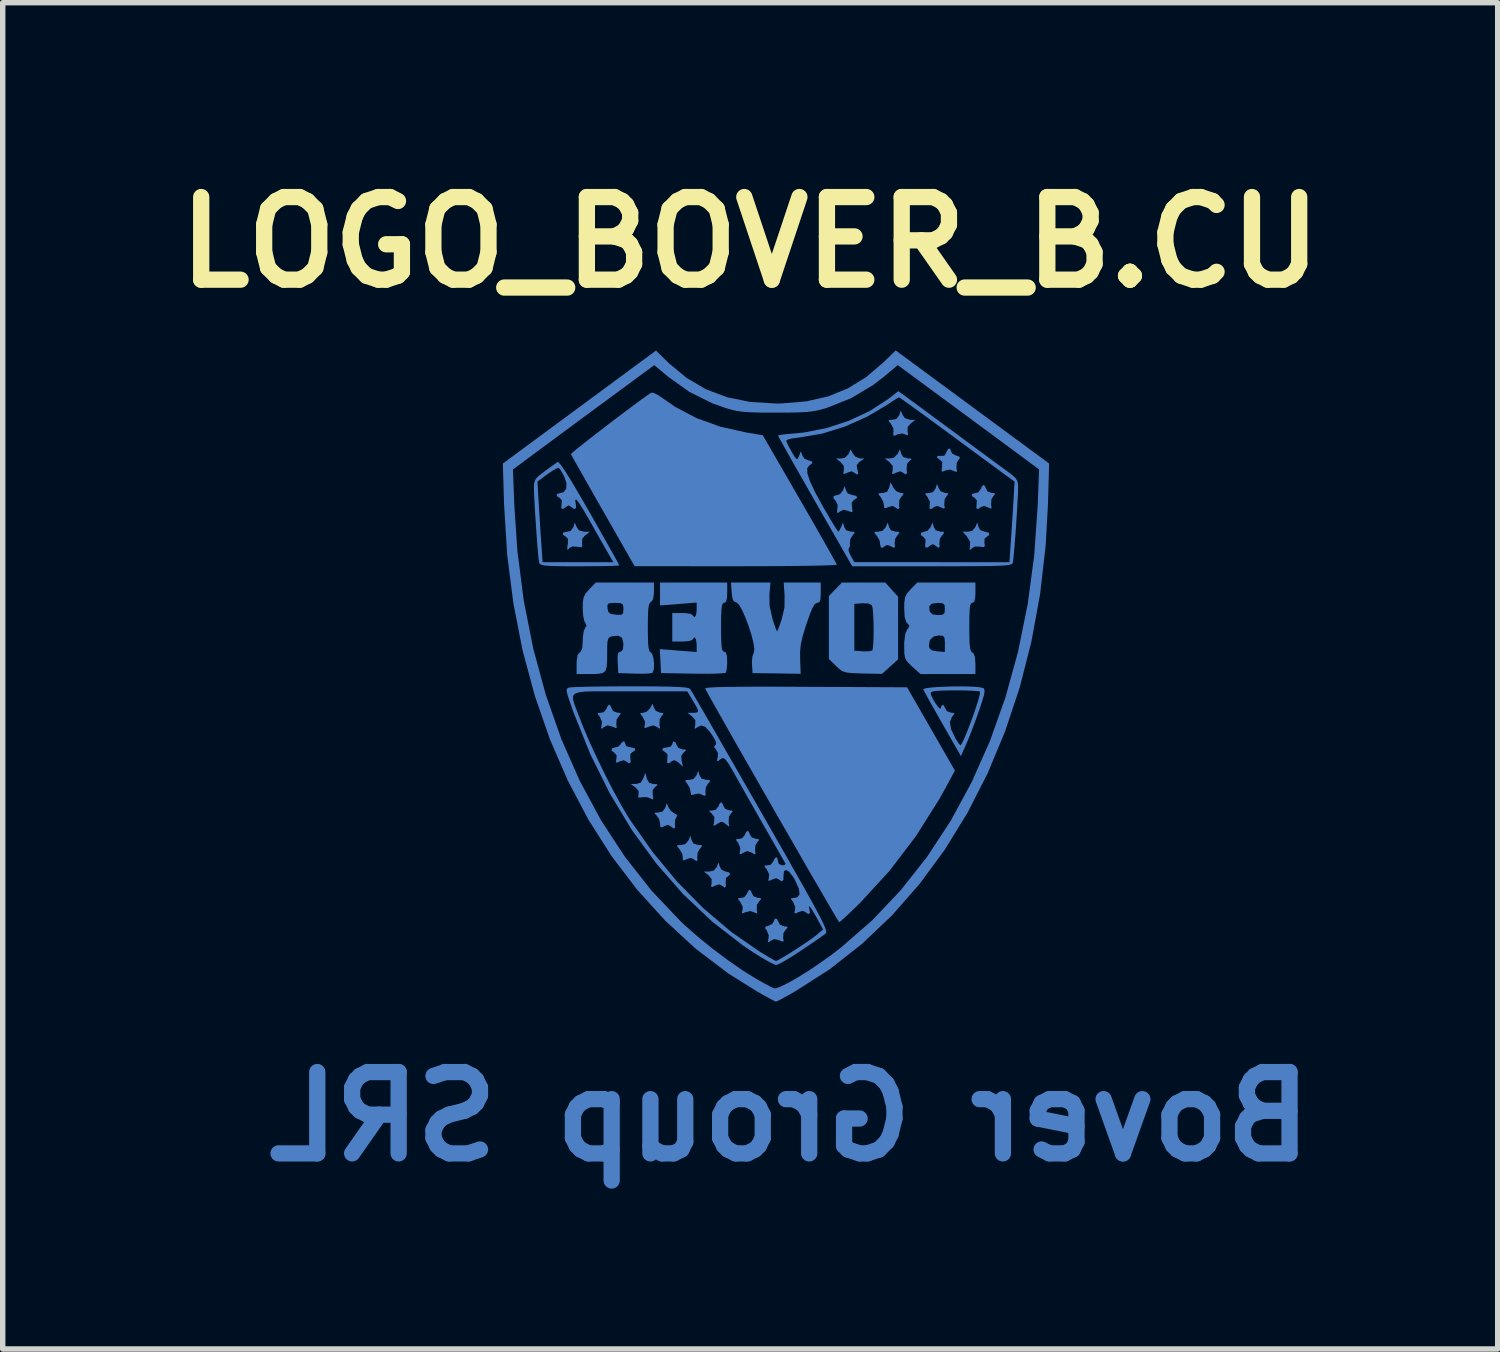
<source format=kicad_pcb>
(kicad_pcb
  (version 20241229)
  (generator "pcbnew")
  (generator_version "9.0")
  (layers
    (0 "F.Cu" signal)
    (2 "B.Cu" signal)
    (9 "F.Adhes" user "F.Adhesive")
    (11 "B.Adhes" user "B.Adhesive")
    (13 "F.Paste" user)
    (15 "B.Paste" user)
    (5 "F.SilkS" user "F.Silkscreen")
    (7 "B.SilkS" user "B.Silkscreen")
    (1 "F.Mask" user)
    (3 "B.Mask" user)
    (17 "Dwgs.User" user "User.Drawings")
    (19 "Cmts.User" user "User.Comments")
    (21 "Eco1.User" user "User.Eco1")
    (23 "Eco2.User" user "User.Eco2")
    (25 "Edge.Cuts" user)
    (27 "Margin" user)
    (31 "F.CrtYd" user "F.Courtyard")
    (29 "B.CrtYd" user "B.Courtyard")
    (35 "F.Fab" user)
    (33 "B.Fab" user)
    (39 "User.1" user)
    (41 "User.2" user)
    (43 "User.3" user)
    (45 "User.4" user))
  (footprint "LOGO_BOVER_B.CU"
    (layer "F.Cu")
    (at 11.284 9.418)
    (property "Reference" "LOGO_BOVER_B.CU" (at -0.5 -8 0) (layer "F.SilkS") (effects (font (size 1.524 1.524) (thickness 0.3))))
    (attr board_only exclude_from_pos_files exclude_from_bom)
    (fp_poly (pts (xy 1.315 -4.098) (xy 1.247 -4.027) (xy 1.18 -4.014) (xy 1.083 -4.013) (xy 1.166 -3.948) (xy 1.227 -3.875) (xy 1.227 -3.794) (xy 1.216 -3.733) (xy 1.243 -3.729) (xy 1.288 -3.751) (xy 1.368 -3.777) (xy 1.413 -3.755) (xy 1.471 -3.716) (xy 1.493 -3.74) (xy 1.477 -3.807) (xy 1.463 -3.886) (xy 1.505 -3.943) (xy 1.524 -3.957) (xy 1.606 -4.014) (xy 1.524 -4.014) (xy 1.442 -4.046) (xy 1.397 -4.098) (xy 1.352 -4.182)) (stroke (width 0) (type solid)) (fill yes) (layer "B.Cu"))
    (fp_poly (pts (xy 2.219 -4.099) (xy 2.147 -4.027) (xy 2.081 -4.014) (xy 1.983 -4.013) (xy 2.067 -3.948) (xy 2.128 -3.875) (xy 2.127 -3.794) (xy 2.116 -3.733) (xy 2.144 -3.729) (xy 2.188 -3.751) (xy 2.269 -3.777) (xy 2.314 -3.755) (xy 2.369 -3.717) (xy 2.392 -3.745) (xy 2.385 -3.814) (xy 2.392 -3.914) (xy 2.435 -3.964) (xy 2.478 -4.001) (xy 2.458 -4.013) (xy 2.407 -4.014) (xy 2.321 -4.04) (xy 2.286 -4.099) (xy 2.26 -4.183)) (stroke (width 0) (type solid)) (fill yes) (layer "B.Cu"))
    (fp_poly (pts (xy 2.249 -4.812) (xy 2.197 -4.743) (xy 2.125 -4.727) (xy 2.058 -4.723) (xy 2.057 -4.698) (xy 2.095 -4.654) (xy 2.141 -4.565) (xy 2.141 -4.503) (xy 2.136 -4.44) (xy 2.174 -4.435) (xy 2.225 -4.463) (xy 2.308 -4.474) (xy 2.352 -4.458) (xy 2.404 -4.438) (xy 2.411 -4.469) (xy 2.402 -4.507) (xy 2.404 -4.594) (xy 2.462 -4.661) (xy 2.546 -4.726) (xy 2.449 -4.726) (xy 2.352 -4.758) (xy 2.313 -4.812) (xy 2.276 -4.896)) (stroke (width 0) (type solid)) (fill yes) (layer "B.Cu"))
    (fp_poly (pts (xy -3.76 -2.748) (xy -3.811 -2.678) (xy -3.874 -2.664) (xy -3.947 -2.648) (xy -3.958 -2.612) (xy -3.903 -2.573) (xy -3.861 -2.533) (xy -3.862 -2.449) (xy -3.864 -2.438) (xy -3.875 -2.35) (xy -3.862 -2.329) (xy -3.83 -2.367) (xy -3.776 -2.391) (xy -3.692 -2.386) (xy -3.615 -2.376) (xy -3.593 -2.399) (xy -3.602 -2.448) (xy -3.597 -2.534) (xy -3.541 -2.597) (xy -3.457 -2.662) (xy -3.561 -2.663) (xy -3.657 -2.689) (xy -3.7 -2.748) (xy -3.735 -2.833)) (stroke (width 0) (type solid)) (fill yes) (layer "B.Cu"))
    (fp_poly (pts (xy -2.066 2.429) (xy -2.117 2.498) (xy -2.193 2.515) (xy -2.26 2.52) (xy -2.261 2.539) (xy -2.228 2.566) (xy -2.178 2.64) (xy -2.163 2.715) (xy -2.156 2.783) (xy -2.126 2.789) (xy -2.088 2.768) (xy -2.02 2.741) (xy -1.968 2.768) (xy -1.908 2.811) (xy -1.883 2.79) (xy -1.889 2.739) (xy -1.886 2.652) (xy -1.865 2.61) (xy -1.844 2.564) (xy -1.891 2.535) (xy -1.893 2.535) (xy -1.964 2.484) (xy -2.002 2.428) (xy -2.039 2.345)) (stroke (width 0) (type solid)) (fill yes) (layer "B.Cu"))
    (fp_poly (pts (xy -1.638 3.03) (xy -1.699 3.099) (xy -1.773 3.114) (xy -1.842 3.117) (xy -1.847 3.14) (xy -1.803 3.193) (xy -1.754 3.276) (xy -1.743 3.346) (xy -1.744 3.396) (xy -1.708 3.393) (xy -1.674 3.376) (xy -1.594 3.352) (xy -1.551 3.373) (xy -1.493 3.412) (xy -1.47 3.387) (xy -1.477 3.338) (xy -1.467 3.248) (xy -1.43 3.188) (xy -1.387 3.134) (xy -1.402 3.116) (xy -1.458 3.114) (xy -1.544 3.088) (xy -1.579 3.03) (xy -1.604 2.945)) (stroke (width 0) (type solid)) (fill yes) (layer "B.Cu"))
    (fp_poly (pts (xy -1.491 1.83) (xy -1.548 1.898) (xy -1.623 1.913) (xy -1.692 1.918) (xy -1.695 1.942) (xy -1.662 1.982) (xy -1.612 2.07) (xy -1.6 2.133) (xy -1.59 2.191) (xy -1.547 2.187) (xy -1.532 2.18) (xy -1.444 2.165) (xy -1.41 2.178) (xy -1.341 2.21) (xy -1.319 2.186) (xy -1.327 2.137) (xy -1.317 2.048) (xy -1.28 1.987) (xy -1.237 1.934) (xy -1.253 1.915) (xy -1.31 1.913) (xy -1.398 1.888) (xy -1.434 1.83) (xy -1.46 1.746)) (stroke (width 0) (type solid)) (fill yes) (layer "B.Cu"))
    (fp_poly (pts (xy -1.116 3.518) (xy -1.171 3.586) (xy -1.252 3.603) (xy -1.356 3.603) (xy -1.272 3.668) (xy -1.212 3.742) (xy -1.212 3.822) (xy -1.223 3.883) (xy -1.195 3.887) (xy -1.151 3.865) (xy -1.07 3.84) (xy -1.026 3.861) (xy -0.969 3.9) (xy -0.947 3.872) (xy -0.953 3.809) (xy -0.947 3.723) (xy -0.91 3.692) (xy -0.869 3.656) (xy -0.889 3.619) (xy -0.958 3.602) (xy -0.962 3.602) (xy -1.028 3.569) (xy -1.059 3.518) (xy -1.085 3.434)) (stroke (width 0) (type solid)) (fill yes) (layer "B.Cu"))
    (fp_poly (pts (xy 2.001 -2.748) (xy 1.94 -2.679) (xy 1.866 -2.664) (xy 1.797 -2.66) (xy 1.792 -2.638) (xy 1.837 -2.585) (xy 1.886 -2.502) (xy 1.896 -2.435) (xy 1.908 -2.374) (xy 1.951 -2.369) (xy 1.983 -2.401) (xy 2.033 -2.418) (xy 2.077 -2.401) (xy 2.149 -2.368) (xy 2.173 -2.382) (xy 2.163 -2.44) (xy 2.172 -2.53) (xy 2.209 -2.59) (xy 2.253 -2.644) (xy 2.237 -2.662) (xy 2.181 -2.664) (xy 2.095 -2.69) (xy 2.061 -2.748) (xy 2.036 -2.833)) (stroke (width 0) (type solid)) (fill yes) (layer "B.Cu"))
    (fp_poly (pts (xy 2.827 -2.748) (xy 2.77 -2.68) (xy 2.716 -2.664) (xy 2.651 -2.644) (xy 2.647 -2.6) (xy 2.696 -2.565) (xy 2.735 -2.516) (xy 2.729 -2.454) (xy 2.727 -2.38) (xy 2.764 -2.368) (xy 2.82 -2.409) (xy 2.871 -2.434) (xy 2.91 -2.409) (xy 2.97 -2.366) (xy 2.995 -2.388) (xy 2.988 -2.44) (xy 2.997 -2.53) (xy 3.035 -2.59) (xy 3.078 -2.644) (xy 3.062 -2.662) (xy 3.006 -2.664) (xy 2.921 -2.69) (xy 2.886 -2.748) (xy 2.861 -2.833)) (stroke (width 0) (type solid)) (fill yes) (layer "B.Cu"))
    (fp_poly (pts (xy 2.919 -3.461) (xy 2.869 -3.392) (xy 2.798 -3.377) (xy 2.733 -3.372) (xy 2.733 -3.347) (xy 2.769 -3.304) (xy 2.815 -3.21) (xy 2.809 -3.154) (xy 2.805 -3.089) (xy 2.843 -3.082) (xy 2.891 -3.118) (xy 2.948 -3.138) (xy 3.016 -3.113) (xy 3.076 -3.087) (xy 3.088 -3.11) (xy 3.078 -3.155) (xy 3.086 -3.262) (xy 3.116 -3.31) (xy 3.155 -3.36) (xy 3.134 -3.375) (xy 3.095 -3.377) (xy 3.012 -3.41) (xy 2.978 -3.461) (xy 2.944 -3.545)) (stroke (width 0) (type solid)) (fill yes) (layer "B.Cu"))
    (fp_poly (pts (xy 3.652 -2.748) (xy 3.592 -2.679) (xy 3.516 -2.664) (xy 3.415 -2.664) (xy 3.495 -2.578) (xy 3.555 -2.476) (xy 3.553 -2.41) (xy 3.546 -2.34) (xy 3.568 -2.331) (xy 3.599 -2.367) (xy 3.652 -2.391) (xy 3.733 -2.387) (xy 3.808 -2.378) (xy 3.828 -2.403) (xy 3.819 -2.453) (xy 3.821 -2.534) (xy 3.856 -2.564) (xy 3.911 -2.605) (xy 3.899 -2.645) (xy 3.828 -2.664) (xy 3.826 -2.664) (xy 3.743 -2.693) (xy 3.711 -2.748) (xy 3.686 -2.833)) (stroke (width 0) (type solid)) (fill yes) (layer "B.Cu"))
    (fp_poly (pts (xy -2.471 1.885) (xy -2.519 1.965) (xy -2.601 1.988) (xy -2.606 1.988) (xy -2.705 1.988) (xy -2.62 2.048) (xy -2.558 2.117) (xy -2.559 2.183) (xy -2.566 2.237) (xy -2.525 2.24) (xy -2.505 2.234) (xy -2.411 2.231) (xy -2.35 2.251) (xy -2.296 2.274) (xy -2.286 2.247) (xy -2.297 2.195) (xy -2.299 2.102) (xy -2.252 2.044) (xy -2.207 2.005) (xy -2.225 1.992) (xy -2.28 1.99) (xy -2.361 1.969) (xy -2.404 1.897) (xy -2.407 1.885) (xy -2.434 1.782)) (stroke (width 0) (type solid)) (fill yes) (layer "B.Cu"))
    (fp_poly (pts (xy -2.346 0.592) (xy -2.409 0.656) (xy -2.47 0.675) (xy -2.524 0.68) (xy -2.52 0.706) (xy -2.484 0.748) (xy -2.438 0.843) (xy -2.443 0.898) (xy -2.454 0.951) (xy -2.426 0.955) (xy -2.373 0.933) (xy -2.288 0.909) (xy -2.221 0.936) (xy -2.213 0.942) (xy -2.169 0.972) (xy -2.163 0.947) (xy -2.173 0.902) (xy -2.168 0.792) (xy -2.137 0.742) (xy -2.098 0.692) (xy -2.118 0.677) (xy -2.158 0.675) (xy -2.239 0.642) (xy -2.271 0.592) (xy -2.301 0.509)) (stroke (width 0) (type solid)) (fill yes) (layer "B.Cu"))
    (fp_poly (pts (xy 2.063 -3.476) (xy 2.024 -3.399) (xy 1.947 -3.377) (xy 1.939 -3.377) (xy 1.871 -3.372) (xy 1.869 -3.347) (xy 1.902 -3.308) (xy 1.952 -3.22) (xy 1.964 -3.157) (xy 1.973 -3.099) (xy 2.013 -3.101) (xy 2.043 -3.116) (xy 2.122 -3.139) (xy 2.164 -3.118) (xy 2.224 -3.078) (xy 2.252 -3.101) (xy 2.245 -3.154) (xy 2.251 -3.251) (xy 2.286 -3.304) (xy 2.329 -3.357) (xy 2.316 -3.375) (xy 2.272 -3.377) (xy 2.191 -3.411) (xy 2.14 -3.476) (xy 2.088 -3.575)) (stroke (width 0) (type solid)) (fill yes) (layer "B.Cu"))
    (fp_poly (pts (xy -0.543 3.971) (xy -0.56 4.014) (xy -0.611 4.078) (xy -0.664 4.09) (xy -0.722 4.094) (xy -0.719 4.12) (xy -0.683 4.162) (xy -0.637 4.258) (xy -0.643 4.315) (xy -0.655 4.371) (xy -0.625 4.371) (xy -0.59 4.354) (xy -0.498 4.332) (xy -0.433 4.354) (xy -0.377 4.378) (xy -0.37 4.35) (xy -0.38 4.315) (xy -0.376 4.215) (xy -0.341 4.162) (xy -0.298 4.109) (xy -0.312 4.091) (xy -0.359 4.09) (xy -0.438 4.059) (xy -0.463 4.014) (xy -0.491 3.954) (xy -0.512 3.939)) (stroke (width 0) (type solid)) (fill yes) (layer "B.Cu"))
    (fp_poly (pts (xy 1.21 -3.423) (xy 1.155 -3.355) (xy 1.103 -3.339) (xy 1.037 -3.321) (xy 1.037 -3.274) (xy 1.077 -3.231) (xy 1.112 -3.159) (xy 1.109 -3.086) (xy 1.1 -3.017) (xy 1.118 -3.009) (xy 1.153 -3.035) (xy 1.222 -3.068) (xy 1.307 -3.046) (xy 1.308 -3.046) (xy 1.371 -3.022) (xy 1.388 -3.044) (xy 1.377 -3.115) (xy 1.373 -3.204) (xy 1.412 -3.247) (xy 1.416 -3.249) (xy 1.472 -3.288) (xy 1.459 -3.324) (xy 1.385 -3.339) (xy 1.3 -3.368) (xy 1.268 -3.423) (xy 1.241 -3.507)) (stroke (width 0) (type solid)) (fill yes) (layer "B.Cu"))
    (fp_poly (pts (xy 3.771 -3.496) (xy 3.754 -3.452) (xy 3.704 -3.388) (xy 3.656 -3.377) (xy 3.589 -3.359) (xy 3.587 -3.32) (xy 3.638 -3.287) (xy 3.68 -3.242) (xy 3.675 -3.17) (xy 3.67 -3.094) (xy 3.704 -3.081) (xy 3.754 -3.118) (xy 3.811 -3.138) (xy 3.879 -3.113) (xy 3.939 -3.087) (xy 3.951 -3.11) (xy 3.941 -3.155) (xy 3.949 -3.262) (xy 3.979 -3.31) (xy 4.017 -3.359) (xy 3.996 -3.375) (xy 3.955 -3.377) (xy 3.876 -3.407) (xy 3.851 -3.452) (xy 3.823 -3.512) (xy 3.803 -3.527)) (stroke (width 0) (type solid)) (fill yes) (layer "B.Cu"))
    (fp_poly (pts (xy -3.132 0.556) (xy -3.149 0.6) (xy -3.199 0.664) (xy -3.253 0.675) (xy -3.311 0.681) (xy -3.305 0.709) (xy -3.277 0.742) (xy -3.234 0.841) (xy -3.24 0.902) (xy -3.252 0.965) (xy -3.231 0.966) (xy -3.2 0.942) (xy -3.133 0.909) (xy -3.052 0.928) (xy -3.041 0.933) (xy -2.974 0.958) (xy -2.959 0.941) (xy -2.97 0.898) (xy -2.964 0.801) (xy -2.929 0.748) (xy -2.887 0.695) (xy -2.901 0.677) (xy -2.948 0.675) (xy -3.027 0.645) (xy -3.052 0.6) (xy -3.08 0.54) (xy -3.101 0.525)) (stroke (width 0) (type solid)) (fill yes) (layer "B.Cu"))
    (fp_poly (pts (xy -2.875 1.23) (xy -2.889 1.257) (xy -2.94 1.303) (xy -2.987 1.313) (xy -3.052 1.333) (xy -3.055 1.377) (xy -3.004 1.413) (xy -2.963 1.46) (xy -2.968 1.527) (xy -2.978 1.59) (xy -2.95 1.594) (xy -2.91 1.574) (xy -2.831 1.551) (xy -2.789 1.572) (xy -2.729 1.612) (xy -2.703 1.585) (xy -2.71 1.52) (xy -2.712 1.438) (xy -2.673 1.403) (xy -2.618 1.364) (xy -2.63 1.329) (xy -2.704 1.313) (xy -2.707 1.313) (xy -2.782 1.294) (xy -2.8 1.257) (xy -2.819 1.207) (xy -2.834 1.201)) (stroke (width 0) (type solid)) (fill yes) (layer "B.Cu"))
    (fp_poly (pts (xy -1.068 2.357) (xy -1.085 2.401) (xy -1.136 2.465) (xy -1.193 2.477) (xy -1.254 2.482) (xy -1.245 2.504) (xy -1.211 2.532) (xy -1.161 2.6) (xy -1.165 2.684) (xy -1.179 2.752) (xy -1.158 2.758) (xy -1.106 2.724) (xy -1.039 2.686) (xy -0.987 2.699) (xy -0.949 2.73) (xy -0.897 2.772) (xy -0.886 2.756) (xy -0.898 2.703) (xy -0.892 2.592) (xy -0.861 2.543) (xy -0.822 2.493) (xy -0.844 2.477) (xy -0.885 2.476) (xy -0.964 2.446) (xy -0.989 2.401) (xy -1.016 2.34) (xy -1.037 2.326)) (stroke (width 0) (type solid)) (fill yes) (layer "B.Cu"))
    (fp_poly (pts (xy -0.581 2.883) (xy -0.598 2.926) (xy -0.648 2.99) (xy -0.702 3.001) (xy -0.76 3.007) (xy -0.754 3.035) (xy -0.725 3.069) (xy -0.683 3.167) (xy -0.687 3.222) (xy -0.698 3.282) (xy -0.672 3.283) (xy -0.63 3.259) (xy -0.555 3.227) (xy -0.483 3.25) (xy -0.469 3.259) (xy -0.412 3.289) (xy -0.401 3.267) (xy -0.411 3.222) (xy -0.403 3.116) (xy -0.373 3.069) (xy -0.335 3.019) (xy -0.356 3.003) (xy -0.397 3.001) (xy -0.476 2.971) (xy -0.501 2.926) (xy -0.529 2.866) (xy -0.549 2.851)) (stroke (width 0) (type solid)) (fill yes) (layer "B.Cu"))
    (fp_poly (pts (xy -0.062 4.518) (xy -0.062 4.52) (xy -0.094 4.57) (xy -0.157 4.6) (xy -0.222 4.622) (xy -0.222 4.654) (xy -0.196 4.686) (xy -0.157 4.782) (xy -0.163 4.841) (xy -0.175 4.904) (xy -0.154 4.905) (xy -0.123 4.881) (xy -0.057 4.849) (xy 0.024 4.867) (xy 0.036 4.872) (xy 0.102 4.898) (xy 0.118 4.881) (xy 0.107 4.838) (xy 0.113 4.74) (xy 0.147 4.687) (xy 0.19 4.634) (xy 0.176 4.617) (xy 0.128 4.615) (xy 0.049 4.585) (xy 0.024 4.54) (xy -0.008 4.478) (xy -0.044 4.469)) (stroke (width 0) (type solid)) (fill yes) (layer "B.Cu"))
    (fp_poly (pts (xy 3.151 -4.19) (xy 3.118 -4.131) (xy 3.115 -4.122) (xy 3.079 -4.063) (xy 3.017 -4.062) (xy 2.953 -4.062) (xy 2.945 -4.029) (xy 2.997 -3.99) (xy 3 -3.989) (xy 3.041 -3.947) (xy 3.038 -3.858) (xy 3.028 -3.785) (xy 3.048 -3.77) (xy 3.091 -3.79) (xy 3.184 -3.809) (xy 3.246 -3.786) (xy 3.303 -3.762) (xy 3.313 -3.79) (xy 3.303 -3.831) (xy 3.309 -3.935) (xy 3.337 -3.98) (xy 3.37 -4.028) (xy 3.345 -4.053) (xy 3.298 -4.067) (xy 3.227 -4.103) (xy 3.203 -4.147) (xy 3.186 -4.197)) (stroke (width 0) (type solid)) (fill yes) (layer "B.Cu"))
    (fp_poly (pts (xy -1.937 1.254) (xy -1.937 1.257) (xy -1.97 1.302) (xy -2.031 1.313) (xy -2.107 1.328) (xy -2.121 1.364) (xy -2.067 1.403) (xy -2.065 1.403) (xy -2.023 1.447) (xy -2.028 1.52) (xy -2.033 1.596) (xy -1.999 1.609) (xy -1.946 1.569) (xy -1.898 1.549) (xy -1.835 1.585) (xy -1.82 1.597) (xy -1.739 1.67) (xy -1.765 1.562) (xy -1.77 1.468) (xy -1.724 1.405) (xy -1.723 1.404) (xy -1.68 1.366) (xy -1.702 1.353) (xy -1.744 1.352) (xy -1.826 1.322) (xy -1.852 1.276) (xy -1.884 1.214) (xy -1.92 1.205)) (stroke (width 0) (type solid)) (fill yes) (layer "B.Cu"))
    (fp_poly (pts (xy 0.951 -1.478) (xy 0.951 -0.315) (xy 1.084 -0.186) (xy 1.149 -0.126) (xy 1.206 -0.088) (xy 1.275 -0.067) (xy 1.376 -0.056) (xy 1.528 -0.05) (xy 1.574 -0.049) (xy 1.931 -0.041) (xy 2.227 -0.309) (xy 2.227 -0.84) (xy 1.776 -0.84) (xy 1.774 -0.69) (xy 1.767 -0.567) (xy 1.757 -0.489) (xy 1.75 -0.473) (xy 1.699 -0.459) (xy 1.604 -0.456) (xy 1.572 -0.458) (xy 1.42 -0.469) (xy 1.42 -1.332) (xy 1.567 -1.344) (xy 1.683 -1.339) (xy 1.744 -1.306) (xy 1.758 -1.249) (xy 1.768 -1.139) (xy 1.774 -0.996) (xy 1.776 -0.84) (xy 2.227 -0.84) (xy 2.227 -1.465) (xy 2.108 -1.596) (xy 1.99 -1.726) (xy 1.191 -1.726)) (stroke (width 0) (type solid)) (fill yes) (layer "B.Cu"))
    (fp_poly (pts (xy -0.655 0.196) (xy -0.912 0.199) (xy -1.105 0.203) (xy -1.237 0.21) (xy -1.311 0.218) (xy -1.33 0.227) (xy -1.308 0.271) (xy -1.253 0.372) (xy -1.168 0.523) (xy -1.058 0.719) (xy -0.925 0.953) (xy -0.775 1.218) (xy -0.61 1.508) (xy -0.434 1.815) (xy -0.251 2.135) (xy -0.066 2.459) (xy 0.12 2.782) (xy 0.301 3.096) (xy 0.473 3.396) (xy 0.634 3.675) (xy 0.78 3.926) (xy 0.906 4.143) (xy 1.009 4.319) (xy 1.084 4.447) (xy 1.13 4.522) (xy 1.141 4.538) (xy 1.174 4.514) (xy 1.25 4.446) (xy 1.358 4.344) (xy 1.489 4.217) (xy 1.533 4.174) (xy 2.067 3.593) (xy 2.553 2.956) (xy 2.99 2.264) (xy 3.102 2.062) (xy 3.275 1.742) (xy 2.393 0.206) (xy 0.524 0.197) (xy 0.06 0.195) (xy -0.332 0.194)) (stroke (width 0) (type solid)) (fill yes) (layer "B.Cu"))
    (fp_poly (pts (xy -2.399 -5.177) (xy -2.515 -5.094) (xy -2.663 -4.985) (xy -2.832 -4.859) (xy -3.013 -4.722) (xy -3.196 -4.582) (xy -3.371 -4.447) (xy -3.53 -4.323) (xy -3.661 -4.219) (xy -3.755 -4.142) (xy -3.802 -4.099) (xy -3.806 -4.093) (xy -3.785 -4.054) (xy -3.732 -3.958) (xy -3.65 -3.814) (xy -3.545 -3.628) (xy -3.421 -3.41) (xy -3.283 -3.167) (xy -3.213 -3.045) (xy -2.632 -2.027) (xy -0.765 -2.026) (xy -0.399 -2.027) (xy -0.057 -2.028) (xy 0.255 -2.031) (xy 0.528 -2.034) (xy 0.756 -2.038) (xy 0.931 -2.043) (xy 1.047 -2.048) (xy 1.097 -2.053) (xy 1.098 -2.054) (xy 1.079 -2.092) (xy 1.027 -2.187) (xy 0.945 -2.333) (xy 0.839 -2.521) (xy 0.712 -2.744) (xy 0.568 -2.995) (xy 0.414 -3.262) (xy -0.268 -4.442) (xy -0.568 -4.492) (xy -1.051 -4.6) (xy -1.492 -4.759) (xy -1.883 -4.965) (xy -2.08 -5.102) (xy -2.195 -5.181) (xy -2.282 -5.224) (xy -2.324 -5.227)) (stroke (width 0) (type solid)) (fill yes) (layer "B.Cu"))
    (fp_poly (pts (xy 0.134 -1.491) (xy 0.132 -1.267) (xy 0.083 -1.054) (xy 0.079 -1.041) (xy 0.039 -0.928) (xy 0.008 -0.85) (xy -0.005 -0.825) (xy -0.021 -0.858) (xy -0.053 -0.944) (xy -0.09 -1.06) (xy -0.143 -1.296) (xy -0.145 -1.51) (xy -0.127 -1.726) (xy -0.854 -1.726) (xy -0.842 -1.548) (xy -0.829 -1.435) (xy -0.802 -1.379) (xy -0.755 -1.359) (xy -0.709 -1.319) (xy -0.653 -1.224) (xy -0.592 -1.09) (xy -0.533 -0.934) (xy -0.481 -0.774) (xy -0.443 -0.627) (xy -0.424 -0.51) (xy -0.431 -0.44) (xy -0.434 -0.435) (xy -0.459 -0.365) (xy -0.469 -0.257) (xy -0.467 -0.219) (xy -0.456 -0.056) (xy -0.012 -0.05) (xy 0.431 -0.043) (xy 0.421 -0.312) (xy 0.42 -0.455) (xy 0.434 -0.586) (xy 0.465 -0.728) (xy 0.52 -0.909) (xy 0.539 -0.966) (xy 0.602 -1.146) (xy 0.651 -1.263) (xy 0.692 -1.328) (xy 0.729 -1.35) (xy 0.734 -1.351) (xy 0.775 -1.363) (xy 0.795 -1.414) (xy 0.801 -1.518) (xy 0.801 -1.538) (xy 0.801 -1.726) (xy 0.117 -1.726)) (stroke (width 0) (type solid)) (fill yes) (layer "B.Cu"))
    (fp_poly (pts (xy -2.163 -1.303) (xy -1.825 -1.33) (xy -1.487 -1.356) (xy -1.487 -1.222) (xy -1.497 -1.134) (xy -1.519 -1.089) (xy -1.525 -1.088) (xy -1.561 -1.117) (xy -1.562 -1.126) (xy -1.596 -1.147) (xy -1.682 -1.161) (xy -1.75 -1.163) (xy -1.937 -1.163) (xy -1.937 -0.638) (xy -1.75 -0.638) (xy -1.643 -0.645) (xy -1.575 -0.662) (xy -1.562 -0.675) (xy -1.534 -0.712) (xy -1.525 -0.713) (xy -1.5 -0.68) (xy -1.488 -0.598) (xy -1.487 -0.579) (xy -1.487 -0.445) (xy -1.827 -0.471) (xy -2.167 -0.498) (xy -2.155 -0.277) (xy -2.144 -0.056) (xy -1.56 -0.046) (xy -1.358 -0.044) (xy -1.183 -0.045) (xy -1.048 -0.05) (xy -0.967 -0.057) (xy -0.95 -0.062) (xy -0.935 -0.112) (xy -0.926 -0.209) (xy -0.924 -0.269) (xy -0.931 -0.385) (xy -0.953 -0.44) (xy -0.981 -0.45) (xy -1.005 -0.462) (xy -1.021 -0.503) (xy -1.031 -0.586) (xy -1.036 -0.723) (xy -1.037 -0.9) (xy -1.036 -1.095) (xy -1.03 -1.225) (xy -1.02 -1.304) (xy -1.003 -1.342) (xy -0.981 -1.351) (xy -0.945 -1.371) (xy -0.928 -1.44) (xy -0.924 -1.538) (xy -0.924 -1.726) (xy -2.163 -1.726)) (stroke (width 0) (type solid)) (fill yes) (layer "B.Cu"))
    (fp_poly (pts (xy 3.14 0.193) (xy 2.975 0.2) (xy 2.835 0.21) (xy 2.735 0.224) (xy 2.692 0.24) (xy 2.691 0.244) (xy 2.715 0.291) (xy 2.769 0.39) (xy 2.849 0.533) (xy 2.947 0.706) (xy 3.047 0.883) (xy 3.386 1.475) (xy 3.484 1.254) (xy 3.54 1.12) (xy 3.608 0.944) (xy 3.679 0.752) (xy 3.717 0.644) (xy 3.776 0.468) (xy 3.811 0.35) (xy 3.821 0.285) (xy 3.738 0.285) (xy 3.736 0.329) (xy 3.711 0.425) (xy 3.669 0.56) (xy 3.616 0.716) (xy 3.556 0.878) (xy 3.497 1.031) (xy 3.443 1.159) (xy 3.401 1.245) (xy 3.376 1.276) (xy 3.349 1.247) (xy 3.301 1.175) (xy 3.287 1.153) (xy 3.205 0.981) (xy 3.182 0.849) (xy 3.22 0.752) (xy 3.225 0.746) (xy 3.267 0.694) (xy 3.25 0.677) (xy 3.205 0.675) (xy 3.126 0.645) (xy 3.101 0.6) (xy 3.068 0.537) (xy 3.032 0.533) (xy 3.014 0.59) (xy 3.014 0.591) (xy 2.998 0.6) (xy 2.96 0.561) (xy 2.911 0.493) (xy 2.866 0.414) (xy 2.834 0.343) (xy 2.828 0.31) (xy 2.849 0.288) (xy 2.917 0.274) (xy 3.043 0.266) (xy 3.233 0.263) (xy 3.271 0.263) (xy 3.447 0.264) (xy 3.593 0.269) (xy 3.696 0.277) (xy 3.738 0.285) (xy 3.821 0.285) (xy 3.822 0.277) (xy 3.814 0.236) (xy 3.799 0.221) (xy 3.741 0.206) (xy 3.63 0.196) (xy 3.483 0.19) (xy 3.314 0.189)) (stroke (width 0) (type solid)) (fill yes) (layer "B.Cu"))
    (fp_poly (pts (xy 2.46 -1.602) (xy 2.391 -1.524) (xy 2.355 -1.45) (xy 2.341 -1.351) (xy 2.34 -1.25) (xy 2.348 -1.093) (xy 2.376 -1) (xy 2.397 -0.975) (xy 2.435 -0.931) (xy 2.416 -0.886) (xy 2.397 -0.864) (xy 2.359 -0.78) (xy 2.341 -0.632) (xy 2.34 -0.555) (xy 2.342 -0.42) (xy 2.356 -0.334) (xy 2.393 -0.268) (xy 2.463 -0.198) (xy 2.49 -0.173) (xy 2.64 -0.038) (xy 3.653 -0.038) (xy 3.653 -0.226) (xy 3.644 -0.357) (xy 3.615 -0.424) (xy 3.596 -0.437) (xy 3.587 -0.446) (xy 3.09 -0.446) (xy 2.949 -0.457) (xy 2.852 -0.475) (xy 2.807 -0.514) (xy 2.796 -0.555) (xy 2.811 -0.664) (xy 2.885 -0.732) (xy 2.982 -0.75) (xy 3.051 -0.744) (xy 3.082 -0.711) (xy 3.09 -0.63) (xy 3.09 -0.598) (xy 3.09 -0.446) (xy 3.587 -0.446) (xy 3.572 -0.46) (xy 3.555 -0.514) (xy 3.545 -0.611) (xy 3.541 -0.763) (xy 3.54 -0.904) (xy 3.542 -1.098) (xy 3.547 -1.227) (xy 3.548 -1.238) (xy 3.09 -1.238) (xy 3.082 -1.162) (xy 3.045 -1.131) (xy 2.961 -1.126) (xy 2.862 -1.139) (xy 2.814 -1.187) (xy 2.809 -1.2) (xy 2.801 -1.288) (xy 2.85 -1.336) (xy 2.961 -1.351) (xy 3.048 -1.344) (xy 3.084 -1.311) (xy 3.09 -1.238) (xy 3.548 -1.238) (xy 3.557 -1.305) (xy 3.575 -1.342) (xy 3.596 -1.351) (xy 3.632 -1.371) (xy 3.649 -1.44) (xy 3.653 -1.538) (xy 3.653 -1.726) (xy 2.579 -1.726)) (stroke (width 0) (type solid)) (fill yes) (layer "B.Cu"))
    (fp_poly (pts (xy -4.104 -3.913) (xy -4.195 -3.847) (xy -4.292 -3.776) (xy -4.401 -3.692) (xy -4.46 -3.628) (xy -4.484 -3.562) (xy -4.489 -3.495) (xy -4.486 -3.386) (xy -4.479 -3.23) (xy -4.468 -3.042) (xy -4.455 -2.837) (xy -4.441 -2.631) (xy -4.427 -2.438) (xy -4.413 -2.274) (xy -4.401 -2.154) (xy -4.392 -2.093) (xy -4.392 -2.092) (xy -4.379 -2.069) (xy -4.349 -2.052) (xy -4.293 -2.04) (xy -4.201 -2.033) (xy -4.063 -2.028) (xy -3.868 -2.026) (xy -3.642 -2.026) (xy -3.417 -2.027) (xy -3.221 -2.029) (xy -3.064 -2.032) (xy -2.958 -2.036) (xy -2.914 -2.041) (xy -2.913 -2.041) (xy -2.931 -2.077) (xy -2.944 -2.101) (xy -3.024 -2.101) (xy -4.328 -2.101) (xy -4.351 -2.429) (xy -4.364 -2.615) (xy -4.378 -2.84) (xy -4.392 -3.067) (xy -4.399 -3.172) (xy -4.423 -3.587) (xy -4.241 -3.723) (xy -4.14 -3.791) (xy -4.062 -3.833) (xy -4.029 -3.84) (xy -3.995 -3.797) (xy -3.946 -3.714) (xy -3.93 -3.684) (xy -3.888 -3.557) (xy -3.893 -3.454) (xy -3.943 -3.39) (xy -4 -3.377) (xy -4.065 -3.359) (xy -4.066 -3.319) (xy -4.016 -3.287) (xy -3.974 -3.242) (xy -3.979 -3.17) (xy -3.984 -3.094) (xy -3.95 -3.081) (xy -3.896 -3.122) (xy -3.845 -3.147) (xy -3.806 -3.122) (xy -3.742 -3.079) (xy -3.711 -3.102) (xy -3.716 -3.17) (xy -3.728 -3.247) (xy -3.709 -3.256) (xy -3.659 -3.197) (xy -3.578 -3.07) (xy -3.467 -2.879) (xy -3.368 -2.703) (xy -3.269 -2.528) (xy -3.184 -2.379) (xy -3.138 -2.298) (xy -3.024 -2.101) (xy -2.944 -2.101) (xy -2.981 -2.169) (xy -3.06 -2.31) (xy -3.162 -2.491) (xy -3.283 -2.705) (xy -3.418 -2.943) (xy -3.46 -3.017) (xy -3.641 -3.331) (xy -3.788 -3.58) (xy -3.902 -3.764) (xy -3.985 -3.885) (xy -4.035 -3.944) (xy -4.051 -3.949)) (stroke (width 0) (type solid)) (fill yes) (layer "B.Cu"))
    (fp_poly (pts (xy -3.468 -1.602) (xy -3.537 -1.523) (xy -3.573 -1.448) (xy -3.587 -1.348) (xy -3.588 -1.253) (xy -3.581 -1.123) (xy -3.562 -1.023) (xy -3.543 -0.983) (xy -3.518 -0.932) (xy -3.543 -0.893) (xy -3.569 -0.832) (xy -3.585 -0.725) (xy -3.588 -0.653) (xy -3.597 -0.521) (xy -3.624 -0.452) (xy -3.645 -0.437) (xy -3.682 -0.392) (xy -3.699 -0.289) (xy -3.701 -0.226) (xy -3.701 -0.038) (xy -3.479 -0.038) (xy -3.322 -0.04) (xy -3.222 -0.055) (xy -3.167 -0.099) (xy -3.144 -0.184) (xy -3.138 -0.324) (xy -3.138 -0.397) (xy -3.137 -0.551) (xy -3.131 -0.645) (xy -3.114 -0.697) (xy -3.084 -0.723) (xy -3.044 -0.735) (xy -2.928 -0.745) (xy -2.862 -0.702) (xy -2.838 -0.599) (xy -2.838 -0.583) (xy -2.849 -0.486) (xy -2.886 -0.451) (xy -2.896 -0.45) (xy -2.93 -0.435) (xy -2.945 -0.38) (xy -2.944 -0.268) (xy -2.943 -0.253) (xy -2.932 -0.056) (xy -2.63 -0.046) (xy -2.486 -0.044) (xy -2.372 -0.048) (xy -2.308 -0.058) (xy -2.302 -0.061) (xy -2.278 -0.123) (xy -2.273 -0.221) (xy -2.283 -0.326) (xy -2.307 -0.408) (xy -2.331 -0.437) (xy -2.356 -0.46) (xy -2.373 -0.514) (xy -2.383 -0.612) (xy -2.387 -0.765) (xy -2.388 -0.9) (xy -2.386 -1.096) (xy -2.38 -1.229) (xy -2.379 -1.236) (xy -2.838 -1.236) (xy -2.843 -1.161) (xy -2.875 -1.132) (xy -2.953 -1.131) (xy -2.979 -1.133) (xy -3.073 -1.148) (xy -3.117 -1.185) (xy -3.131 -1.247) (xy -3.133 -1.313) (xy -3.105 -1.343) (xy -3.027 -1.35) (xy -2.99 -1.351) (xy -2.893 -1.346) (xy -2.85 -1.323) (xy -2.838 -1.265) (xy -2.838 -1.236) (xy -2.379 -1.236) (xy -2.368 -1.31) (xy -2.349 -1.352) (xy -2.331 -1.364) (xy -2.291 -1.415) (xy -2.275 -1.529) (xy -2.275 -1.556) (xy -2.275 -1.726) (xy -3.348 -1.726)) (stroke (width 0) (type solid)) (fill yes) (layer "B.Cu"))
    (fp_poly (pts (xy 2.033 -5.102) (xy 1.701 -4.887) (xy 1.32 -4.709) (xy 0.912 -4.575) (xy 0.496 -4.493) (xy 0.323 -4.475) (xy 0.181 -4.464) (xy 0.074 -4.451) (xy 0.018 -4.439) (xy 0.013 -4.436) (xy 0.031 -4.4) (xy 0.083 -4.307) (xy 0.163 -4.163) (xy 0.268 -3.976) (xy 0.394 -3.754) (xy 0.537 -3.503) (xy 0.692 -3.231) (xy 0.697 -3.222) (xy 1.381 -2.026) (xy 2.852 -2.026) (xy 3.224 -2.026) (xy 3.528 -2.027) (xy 3.771 -2.029) (xy 3.959 -2.031) (xy 4.1 -2.036) (xy 4.202 -2.042) (xy 4.269 -2.05) (xy 4.311 -2.061) (xy 4.333 -2.074) (xy 4.343 -2.091) (xy 4.343 -2.092) (xy 4.352 -2.15) (xy 4.363 -2.267) (xy 4.377 -2.43) (xy 4.392 -2.621) (xy 4.406 -2.827) (xy 4.419 -3.032) (xy 4.43 -3.22) (xy 4.438 -3.377) (xy 4.441 -3.488) (xy 4.441 -3.494) (xy 4.433 -3.579) (xy 4.43 -3.586) (xy 4.375 -3.586) (xy 4.351 -3.172) (xy 4.338 -2.957) (xy 4.323 -2.726) (xy 4.309 -2.516) (xy 4.303 -2.429) (xy 4.28 -2.101) (xy 1.42 -2.102) (xy 1.352 -2.222) (xy 1.316 -2.303) (xy 1.314 -2.351) (xy 1.32 -2.355) (xy 1.341 -2.396) (xy 1.337 -2.442) (xy 1.346 -2.528) (xy 1.384 -2.59) (xy 1.427 -2.644) (xy 1.412 -2.662) (xy 1.356 -2.664) (xy 1.27 -2.69) (xy 1.235 -2.748) (xy 1.21 -2.833) (xy 1.176 -2.748) (xy 1.143 -2.684) (xy 1.124 -2.664) (xy 1.101 -2.695) (xy 1.047 -2.779) (xy 0.97 -2.906) (xy 0.878 -3.065) (xy 0.833 -3.142) (xy 0.695 -3.395) (xy 0.603 -3.592) (xy 0.555 -3.737) (xy 0.551 -3.834) (xy 0.589 -3.885) (xy 0.597 -3.889) (xy 0.648 -3.928) (xy 0.632 -3.965) (xy 0.575 -3.977) (xy 0.5 -4.01) (xy 0.466 -4.061) (xy 0.434 -4.146) (xy 0.399 -4.056) (xy 0.377 -4.008) (xy 0.354 -4.003) (xy 0.317 -4.049) (xy 0.264 -4.138) (xy 0.207 -4.241) (xy 0.171 -4.319) (xy 0.164 -4.344) (xy 0.198 -4.365) (xy 0.288 -4.385) (xy 0.415 -4.402) (xy 0.421 -4.403) (xy 0.828 -4.472) (xy 1.247 -4.602) (xy 1.656 -4.784) (xy 2.011 -4.994) (xy 2.121 -5.067) (xy 2.204 -5.119) (xy 2.244 -5.14) (xy 2.245 -5.14) (xy 2.278 -5.119) (xy 2.365 -5.058) (xy 2.495 -4.965) (xy 2.661 -4.845) (xy 2.855 -4.703) (xy 3.061 -4.552) (xy 3.291 -4.383) (xy 3.516 -4.217) (xy 3.725 -4.063) (xy 3.905 -3.931) (xy 4.045 -3.828) (xy 4.117 -3.775) (xy 4.375 -3.586) (xy 4.43 -3.586) (xy 4.4 -3.645) (xy 4.327 -3.713) (xy 4.262 -3.761) (xy 4.181 -3.82) (xy 4.051 -3.916) (xy 3.882 -4.04) (xy 3.687 -4.184) (xy 3.475 -4.34) (xy 3.353 -4.431) (xy 3.136 -4.591) (xy 2.927 -4.745) (xy 2.739 -4.884) (xy 2.582 -5) (xy 2.467 -5.084) (xy 2.427 -5.113) (xy 2.232 -5.255)) (stroke (width 0) (type solid)) (fill yes) (layer "B.Cu"))
    (fp_poly (pts (xy 1.96 -5.789) (xy 1.639 -5.515) (xy 1.299 -5.305) (xy 0.933 -5.157) (xy 0.53 -5.066) (xy 0.082 -5.029) (xy -0.024 -5.027) (xy -0.496 -5.056) (xy -0.923 -5.142) (xy -1.312 -5.288) (xy -1.669 -5.497) (xy -2 -5.771) (xy -2.03 -5.8) (xy -2.237 -6.004) (xy -3.649 -4.962) (xy -5.061 -3.921) (xy -5.039 -3.17) (xy -4.982 -2.243) (xy -4.867 -1.342) (xy -4.697 -0.472) (xy -4.471 0.365) (xy -4.193 1.166) (xy -3.863 1.927) (xy -3.484 2.646) (xy -3.057 3.318) (xy -2.583 3.941) (xy -2.065 4.512) (xy -1.504 5.028) (xy -0.901 5.485) (xy -0.382 5.81) (xy -0.24 5.89) (xy -0.124 5.954) (xy -0.047 5.994) (xy -0.024 6.003) (xy 0.016 5.985) (xy 0.106 5.938) (xy 0.231 5.869) (xy 0.334 5.81) (xy 0.969 5.404) (xy 1.563 4.936) (xy 2.117 4.41) (xy 2.626 3.829) (xy 3.091 3.197) (xy 3.51 2.515) (xy 3.88 1.789) (xy 4.2 1.02) (xy 4.469 0.213) (xy 4.684 -0.63) (xy 4.845 -1.506) (xy 4.949 -2.411) (xy 4.991 -3.17) (xy 5.009 -3.811) (xy 4.827 -3.811) (xy 4.803 -3.172) (xy 4.738 -2.231) (xy 4.616 -1.321) (xy 4.438 -0.445) (xy 4.206 0.395) (xy 3.921 1.196) (xy 3.584 1.955) (xy 3.198 2.667) (xy 2.762 3.332) (xy 2.279 3.944) (xy 1.751 4.502) (xy 1.177 5.002) (xy 0.997 5.141) (xy 0.787 5.291) (xy 0.58 5.43) (xy 0.384 5.552) (xy 0.211 5.651) (xy 0.071 5.721) (xy -0.026 5.756) (xy -0.062 5.757) (xy -0.119 5.73) (xy -0.222 5.675) (xy -0.351 5.604) (xy -0.386 5.584) (xy -0.63 5.433) (xy -0.904 5.243) (xy -1.19 5.029) (xy -1.466 4.805) (xy -1.712 4.589) (xy -1.776 4.529) (xy -2.316 3.96) (xy -2.808 3.335) (xy -3.25 2.659) (xy -3.642 1.933) (xy -3.982 1.162) (xy -4.268 0.348) (xy -4.5 -0.505) (xy -4.676 -1.394) (xy -4.794 -2.316) (xy -4.851 -3.172) (xy -4.875 -3.811) (xy -4.466 -4.114) (xy -4.326 -4.218) (xy -4.137 -4.357) (xy -3.914 -4.522) (xy -3.668 -4.704) (xy -3.413 -4.892) (xy -3.163 -5.076) (xy -2.269 -5.735) (xy -2.009 -5.517) (xy -1.623 -5.242) (xy -1.199 -5.031) (xy -0.962 -4.947) (xy -0.85 -4.914) (xy -0.744 -4.89) (xy -0.63 -4.874) (xy -0.491 -4.865) (xy -0.312 -4.86) (xy -0.076 -4.859) (xy -0.024 -4.859) (xy 0.224 -4.86) (xy 0.413 -4.864) (xy 0.558 -4.872) (xy 0.676 -4.887) (xy 0.782 -4.909) (xy 0.891 -4.94) (xy 0.914 -4.947) (xy 1.357 -5.123) (xy 1.763 -5.365) (xy 1.961 -5.517) (xy 2.221 -5.735) (xy 3.115 -5.076) (xy 3.367 -4.89) (xy 3.622 -4.702) (xy 3.868 -4.521) (xy 4.091 -4.356) (xy 4.279 -4.217) (xy 4.418 -4.114) (xy 4.827 -3.811) (xy 5.009 -3.811) (xy 5.012 -3.921) (xy 3.598 -4.963) (xy 2.183 -6.006)) (stroke (width 0) (type solid)) (fill yes) (layer "B.Cu"))
    (fp_poly (pts (xy -2.979 0.189) (xy -3.235 0.191) (xy -3.459 0.194) (xy -3.64 0.199) (xy -3.768 0.204) (xy -3.833 0.209) (xy -3.836 0.21) (xy -3.867 0.221) (xy -3.884 0.243) (xy -3.883 0.288) (xy -3.862 0.367) (xy -3.82 0.493) (xy -3.758 0.669) (xy -3.449 1.438) (xy -3.09 2.161) (xy -2.684 2.835) (xy -2.232 3.455) (xy -1.737 4.02) (xy -1.202 4.526) (xy -0.629 4.97) (xy -0.435 5.1) (xy -0.287 5.192) (xy -0.158 5.266) (xy -0.063 5.314) (xy -0.022 5.328) (xy 0.032 5.308) (xy 0.132 5.253) (xy 0.267 5.172) (xy 0.42 5.073) (xy 0.43 5.066) (xy 0.586 4.961) (xy 0.723 4.867) (xy 0.828 4.794) (xy 0.886 4.752) (xy 0.887 4.752) (xy 0.898 4.738) (xy 0.902 4.716) (xy 0.896 4.68) (xy 0.892 4.671) (xy 0.843 4.671) (xy 0.719 4.777) (xy 0.644 4.834) (xy 0.532 4.912) (xy 0.4 5) (xy 0.263 5.088) (xy 0.137 5.166) (xy 0.038 5.224) (xy -0.019 5.252) (xy -0.024 5.253) (xy -0.064 5.234) (xy -0.151 5.185) (xy -0.27 5.114) (xy -0.322 5.082) (xy -0.851 4.716) (xy -1.362 4.282) (xy -1.849 3.788) (xy -2.303 3.239) (xy -2.72 2.644) (xy -2.745 2.604) (xy -2.876 2.384) (xy -3.024 2.113) (xy -3.178 1.813) (xy -3.329 1.502) (xy -3.468 1.201) (xy -3.583 0.93) (xy -3.638 0.788) (xy -3.695 0.64) (xy -3.74 0.524) (xy -3.766 0.436) (xy -3.767 0.371) (xy -3.736 0.327) (xy -3.667 0.3) (xy -3.551 0.285) (xy -3.384 0.28) (xy -3.158 0.28) (xy -2.867 0.281) (xy -2.728 0.281) (xy -1.661 0.281) (xy -1.558 0.45) (xy -1.49 0.567) (xy -1.461 0.635) (xy -1.472 0.666) (xy -1.523 0.676) (xy -1.553 0.676) (xy -1.656 0.677) (xy -1.573 0.742) (xy -1.512 0.813) (xy -1.513 0.9) (xy -1.526 0.964) (xy -1.506 0.966) (xy -1.475 0.943) (xy -1.404 0.91) (xy -1.331 0.934) (xy -1.248 1.022) (xy -1.201 1.089) (xy -1.141 1.191) (xy -1.128 1.25) (xy -1.144 1.272) (xy -1.168 1.307) (xy -1.133 1.349) (xy -1.093 1.425) (xy -1.1 1.496) (xy -1.113 1.563) (xy -1.095 1.568) (xy -1.057 1.539) (xy -1.021 1.515) (xy -0.988 1.513) (xy -0.95 1.544) (xy -0.899 1.615) (xy -0.827 1.736) (xy -0.737 1.897) (xy -0.676 2.005) (xy -0.587 2.163) (xy -0.477 2.356) (xy -0.356 2.569) (xy -0.234 2.783) (xy -0.12 2.983) (xy -0.018 3.161) (xy 0.065 3.306) (xy 0.123 3.409) (xy 0.151 3.459) (xy 0.153 3.461) (xy 0.134 3.483) (xy 0.091 3.489) (xy 0.027 3.464) (xy 0.013 3.414) (xy -0.000426 3.353) (xy -0.02 3.339) (xy -0.055 3.37) (xy -0.072 3.414) (xy -0.123 3.478) (xy -0.176 3.489) (xy -0.234 3.494) (xy -0.231 3.519) (xy -0.195 3.562) (xy -0.149 3.658) (xy -0.156 3.715) (xy -0.167 3.771) (xy -0.139 3.772) (xy -0.099 3.752) (xy -0.019 3.727) (xy 0.025 3.748) (xy 0.083 3.787) (xy 0.112 3.757) (xy 0.114 3.688) (xy 0.123 3.599) (xy 0.16 3.573) (xy 0.218 3.608) (xy 0.291 3.7) (xy 0.329 3.766) (xy 0.397 3.919) (xy 0.41 4.023) (xy 0.368 4.079) (xy 0.309 4.09) (xy 0.253 4.095) (xy 0.259 4.123) (xy 0.288 4.157) (xy 0.33 4.255) (xy 0.325 4.311) (xy 0.315 4.371) (xy 0.343 4.375) (xy 0.387 4.353) (xy 0.468 4.327) (xy 0.513 4.349) (xy 0.573 4.388) (xy 0.602 4.366) (xy 0.595 4.315) (xy 0.58 4.25) (xy 0.596 4.248) (xy 0.64 4.308) (xy 0.709 4.426) (xy 0.726 4.455) (xy 0.843 4.671) (xy 0.892 4.671) (xy 0.877 4.627) (xy 0.844 4.552) (xy 0.793 4.45) (xy 0.723 4.316) (xy 0.63 4.146) (xy 0.513 3.935) (xy 0.368 3.679) (xy 0.195 3.373) (xy -0.011 3.012) (xy -0.251 2.591) (xy -0.309 2.49) (xy -0.523 2.116) (xy -0.727 1.76) (xy -0.918 1.428) (xy -1.091 1.126) (xy -1.245 0.859) (xy -1.376 0.632) (xy -1.481 0.451) (xy -1.557 0.321) (xy -1.6 0.248) (xy -1.609 0.234) (xy -1.64 0.22) (xy -1.71 0.208) (xy -1.826 0.2) (xy -1.994 0.194) (xy -2.221 0.19) (xy -2.514 0.188) (xy -2.702 0.188)) (stroke (width 0) (type solid)) (fill yes) (layer "B.Cu"))
    (fp_text user "Bover Group SRL" (at 10 9 0) (unlocked yes) (layer "B.Cu") (effects (font (size 1.5 1.5) (thickness 0.3) (bold yes)) (justify left bottom mirror))))
  (gr_rect
    (start -3 -3)
    (end 24.568 21.826)
    (stroke (width 0.1) (type default))
    (fill no)
    (layer "Edge.Cuts")))
</source>
